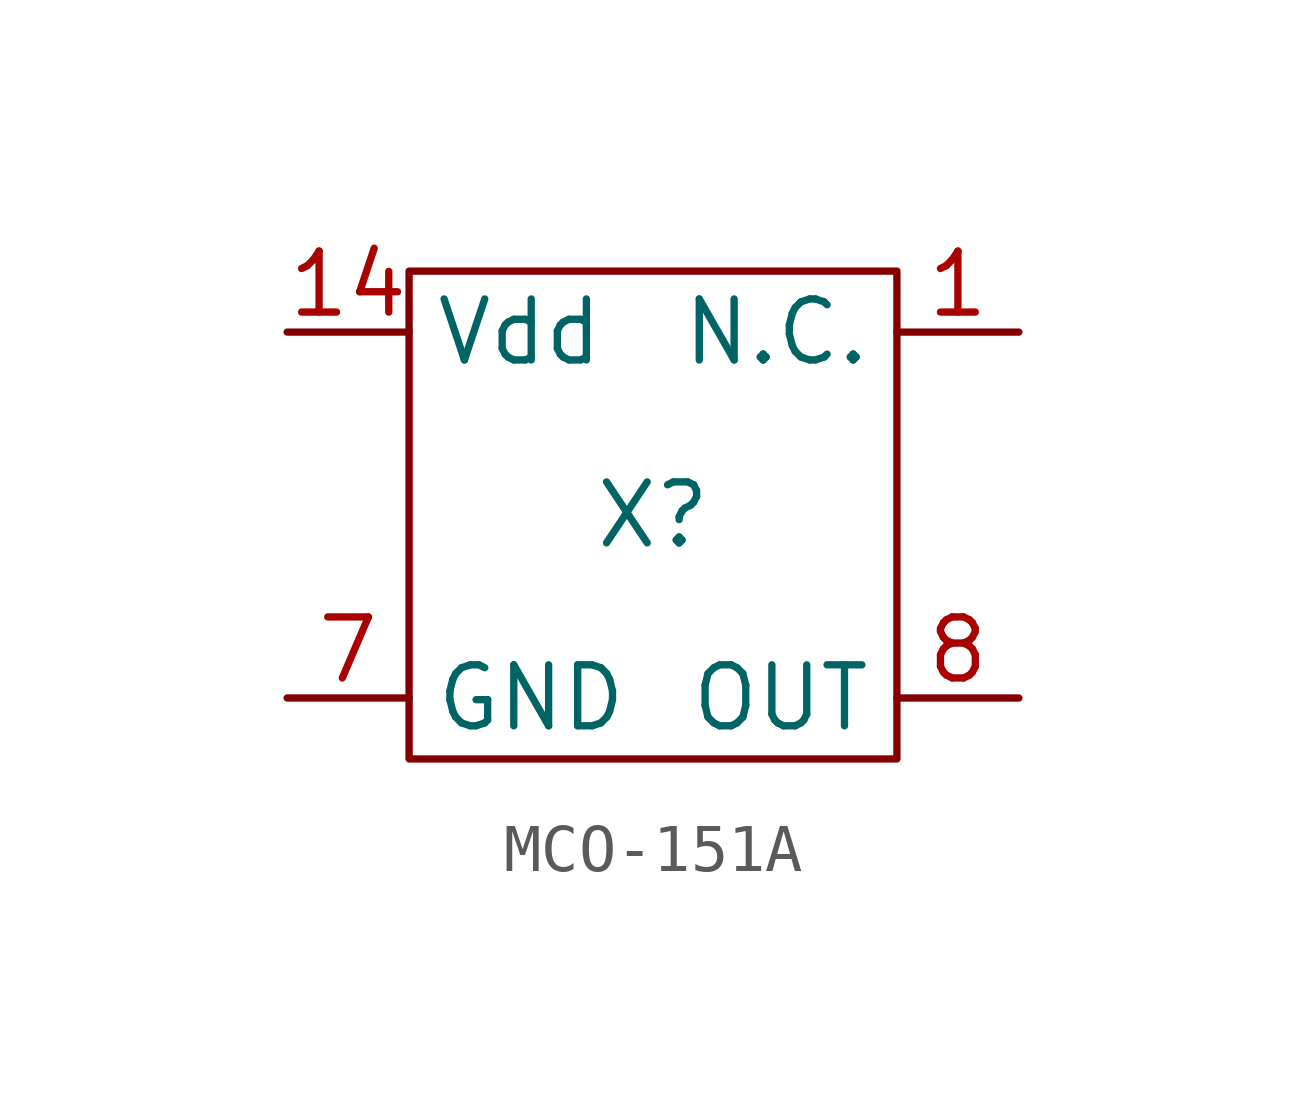
<source format=kicad_sym>
(kicad_symbol_lib
  (version 20231120)
  (generator "kicad_symbol_editor")
  (generator_version "8.0")
  (symbol "MCO-151A"
    (property "Reference" "X"
      (at 0 0 0)
      (effects (font (size 1.27 1.27))))
    (property "Value" ""
      (at 0 0 0)
      (effects (font (size 1.27 1.27))))
    (symbol "MCO-151A_0_1"
      (rectangle (start -5.08 5.08) (end 5.08 -5.08) (stroke (width 0) (type default)) (fill (type none))))
    (symbol "MCO-151A_1_1"
      (pin free line (at 7.62 3.81 180) (length 2.54) (name "N.C." (effects (font (size 1.27 1.27)))) (number "1" (effects (font (size 1.27 1.27)))))
      (pin power_in line (at -7.62 3.81 0) (length 2.54) (name "Vdd" (effects (font (size 1.27 1.27)))) (number "14" (effects (font (size 1.27 1.27)))))
      (pin free line (at -7.62 -3.81 0) (length 2.54) (name "GND" (effects (font (size 1.27 1.27)))) (number "7" (effects (font (size 1.27 1.27)))))
      (pin output line (at 7.62 -3.81 180) (length 2.54) (name "OUT" (effects (font (size 1.27 1.27)))) (number "8" (effects (font (size 1.27 1.27))))))))
</source>
